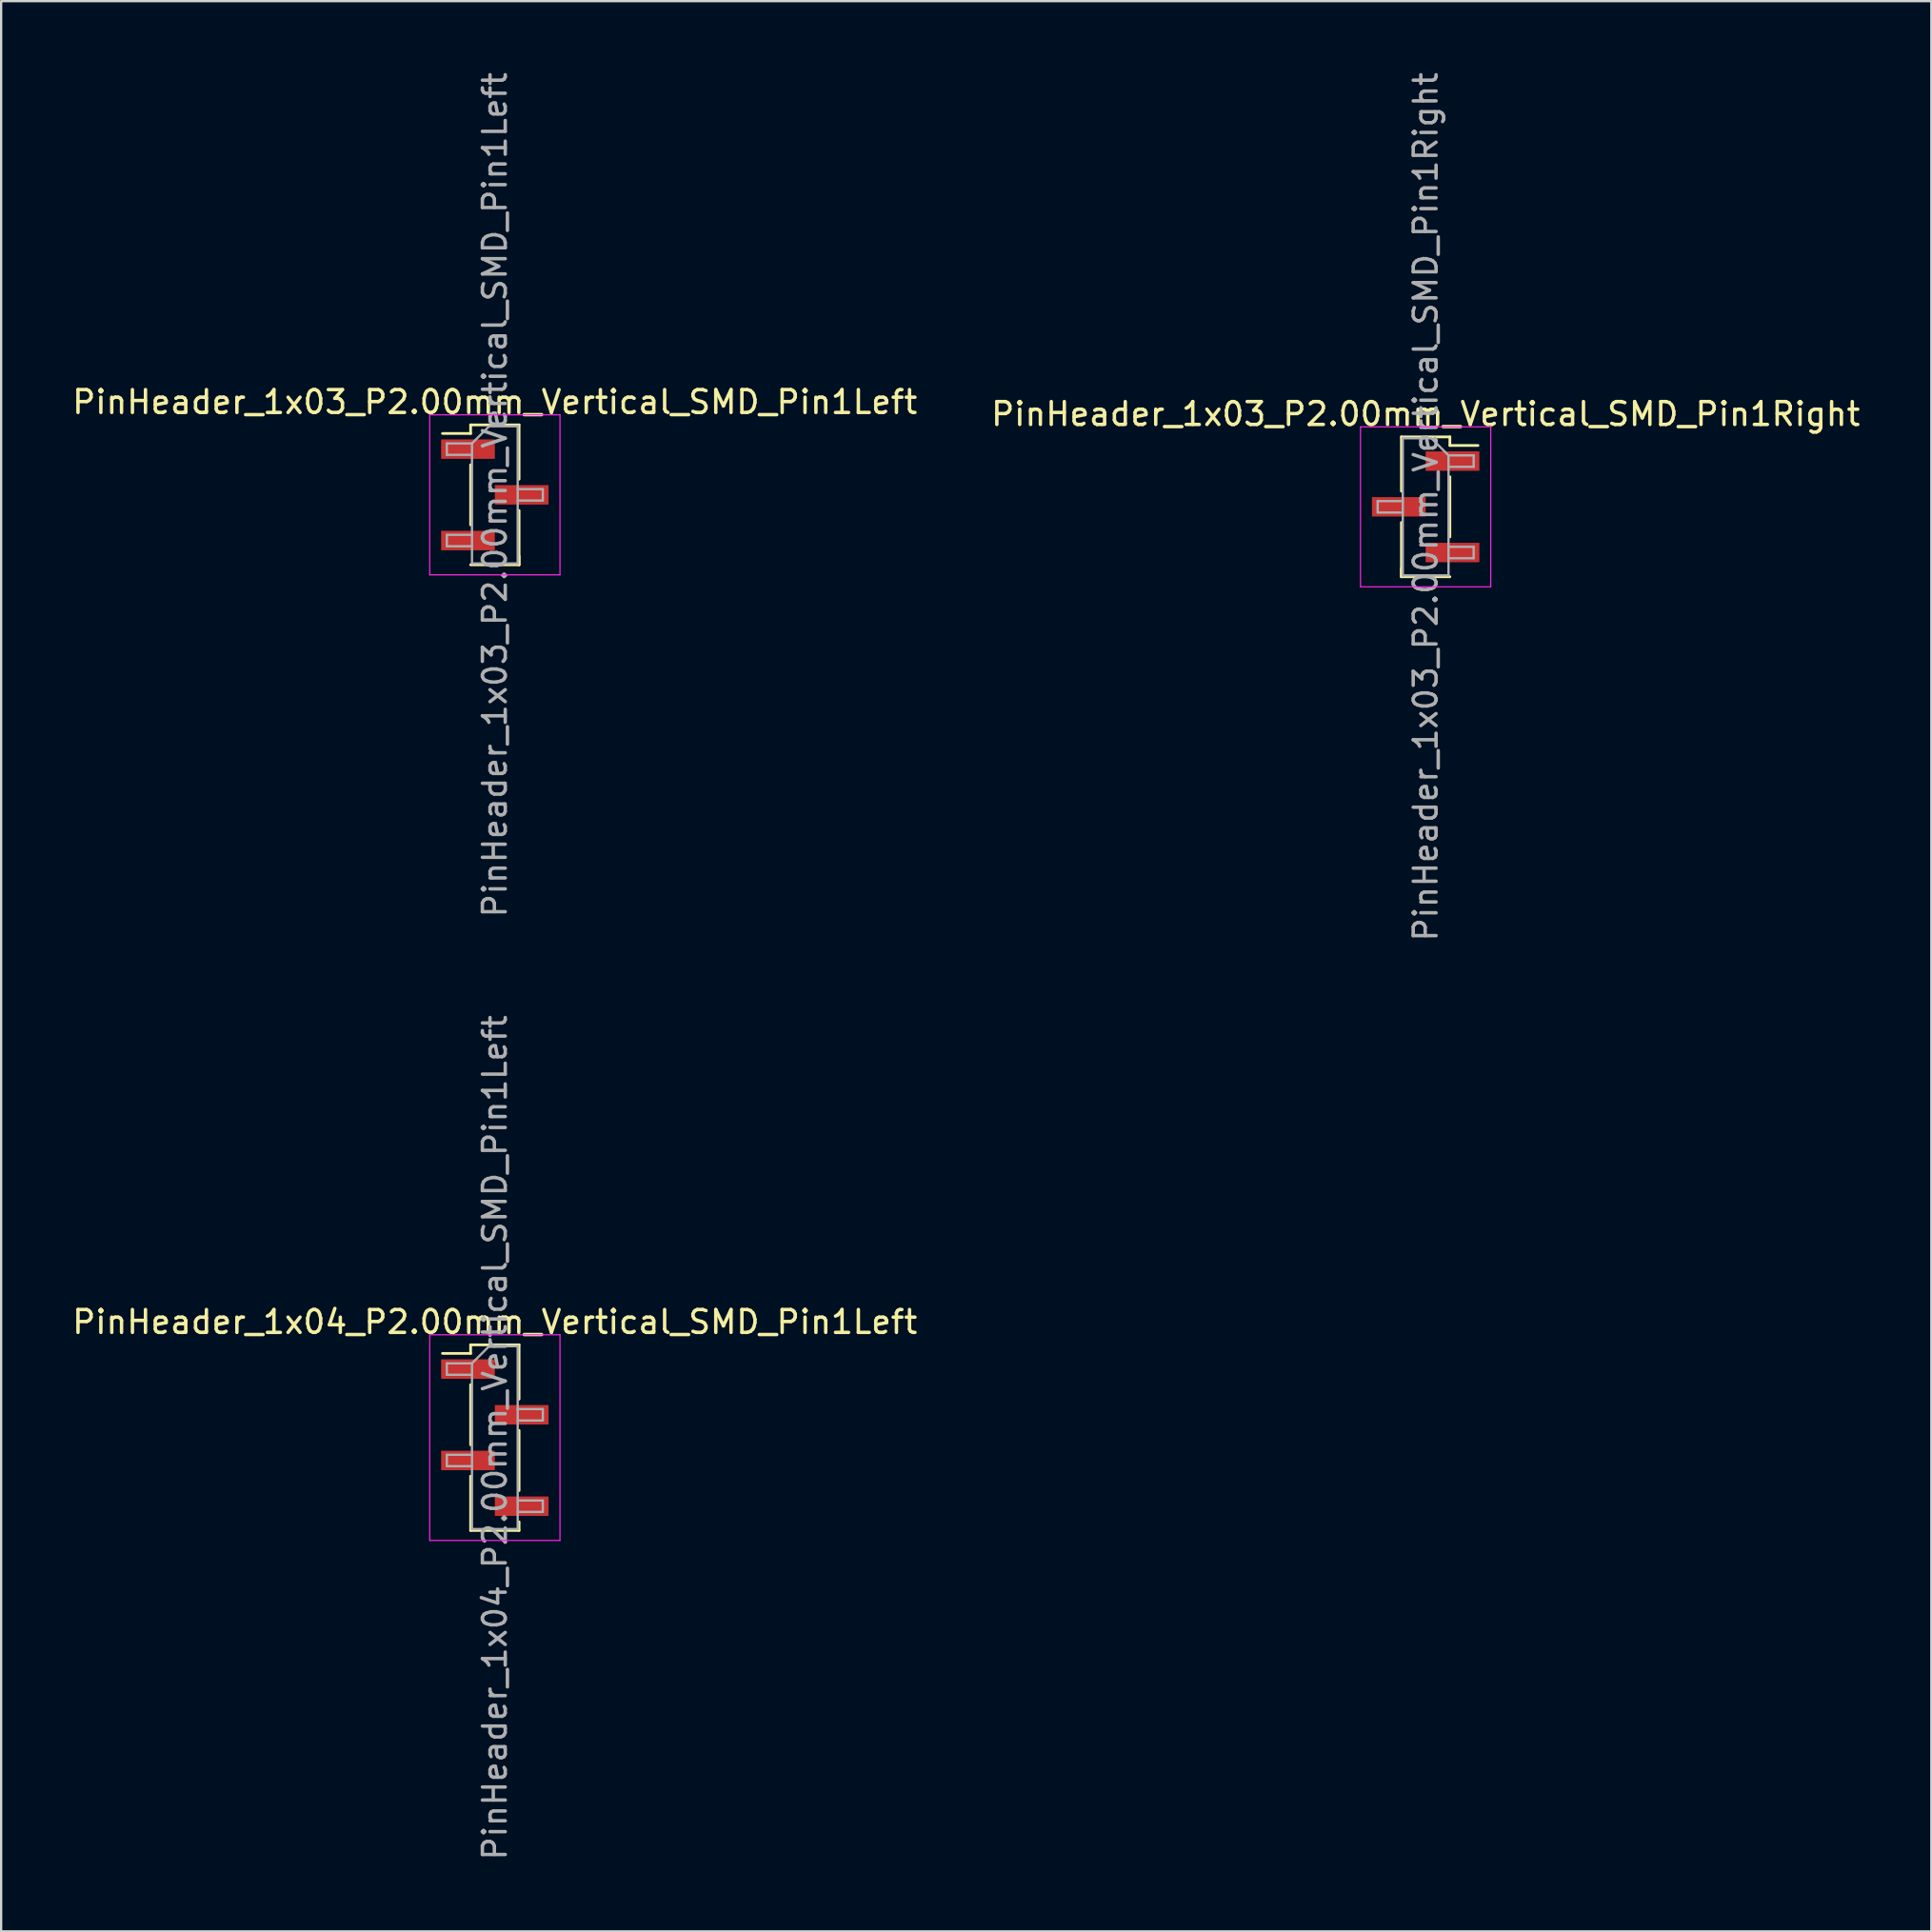
<source format=kicad_pcb>
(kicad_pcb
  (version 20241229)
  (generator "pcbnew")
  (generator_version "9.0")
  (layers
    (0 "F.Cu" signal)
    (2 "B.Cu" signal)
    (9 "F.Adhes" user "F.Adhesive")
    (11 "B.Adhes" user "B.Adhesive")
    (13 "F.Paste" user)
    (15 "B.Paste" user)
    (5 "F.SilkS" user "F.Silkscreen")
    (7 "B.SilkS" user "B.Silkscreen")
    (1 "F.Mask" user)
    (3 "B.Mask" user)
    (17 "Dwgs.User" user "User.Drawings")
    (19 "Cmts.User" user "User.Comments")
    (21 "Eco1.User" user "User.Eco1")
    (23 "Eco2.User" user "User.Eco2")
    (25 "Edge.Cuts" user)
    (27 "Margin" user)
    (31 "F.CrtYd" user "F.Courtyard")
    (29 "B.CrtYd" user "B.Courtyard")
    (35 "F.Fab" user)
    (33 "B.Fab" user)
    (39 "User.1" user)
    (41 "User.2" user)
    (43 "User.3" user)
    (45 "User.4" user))
  (footprint "PinHeader_1x03_P2.00mm_Vertical_SMD_Pin1Left"
    (layer "F.Cu")
    (at 18.601 18.601)
    (property "Reference" "PinHeader_1x03_P2.00mm_Vertical_SMD_Pin1Left" (at 0 -4.06 0) (layer "F.SilkS") (effects (font (size 1 1) (thickness 0.15))))
    (attr smd)
    (fp_line (start -1.06 -3.06) (end -1.06 -2.685) (stroke (width 0.12) (type solid)) (layer "F.SilkS"))
    (fp_line (start -1.06 -3.06) (end 1.06 -3.06) (stroke (width 0.12) (type solid)) (layer "F.SilkS"))
    (fp_line (start -1.06 -2.685) (end -2.29 -2.685) (stroke (width 0.12) (type solid)) (layer "F.SilkS"))
    (fp_line (start -1.06 -1.315) (end -1.06 1.315) (stroke (width 0.12) (type solid)) (layer "F.SilkS"))
    (fp_line (start -1.06 3.06) (end 1.06 3.06) (stroke (width 0.12) (type solid)) (layer "F.SilkS"))
    (fp_line (start 1.06 -3.06) (end 1.06 -0.685) (stroke (width 0.12) (type solid)) (layer "F.SilkS"))
    (fp_line (start 1.06 0.685) (end 1.06 3.06) (stroke (width 0.12) (type solid)) (layer "F.SilkS"))
    (fp_line (start 1.06 2.685) (end 1.06 3.06) (stroke (width 0.12) (type solid)) (layer "F.SilkS"))
    (fp_line (start -2.85 -3.5) (end -2.85 3.5) (stroke (width 0.05) (type solid)) (layer "F.CrtYd"))
    (fp_line (start -2.85 3.5) (end 2.85 3.5) (stroke (width 0.05) (type solid)) (layer "F.CrtYd"))
    (fp_line (start 2.85 -3.5) (end -2.85 -3.5) (stroke (width 0.05) (type solid)) (layer "F.CrtYd"))
    (fp_line (start 2.85 3.5) (end 2.85 -3.5) (stroke (width 0.05) (type solid)) (layer "F.CrtYd"))
    (fp_line (start -2.1 -2.25) (end -2.1 -1.75) (stroke (width 0.1) (type solid)) (layer "F.Fab"))
    (fp_line (start -2.1 -1.75) (end -1 -1.75) (stroke (width 0.1) (type solid)) (layer "F.Fab"))
    (fp_line (start -2.1 1.75) (end -2.1 2.25) (stroke (width 0.1) (type solid)) (layer "F.Fab"))
    (fp_line (start -2.1 2.25) (end -1 2.25) (stroke (width 0.1) (type solid)) (layer "F.Fab"))
    (fp_line (start -1 -2.25) (end -2.1 -2.25) (stroke (width 0.1) (type solid)) (layer "F.Fab"))
    (fp_line (start -1 -2.25) (end -0.25 -3) (stroke (width 0.1) (type solid)) (layer "F.Fab"))
    (fp_line (start -1 1.75) (end -2.1 1.75) (stroke (width 0.1) (type solid)) (layer "F.Fab"))
    (fp_line (start -1 3) (end -1 -2.25) (stroke (width 0.1) (type solid)) (layer "F.Fab"))
    (fp_line (start -0.25 -3) (end 1 -3) (stroke (width 0.1) (type solid)) (layer "F.Fab"))
    (fp_line (start 1 -3) (end 1 3) (stroke (width 0.1) (type solid)) (layer "F.Fab"))
    (fp_line (start 1 -0.25) (end 2.1 -0.25) (stroke (width 0.1) (type solid)) (layer "F.Fab"))
    (fp_line (start 1 3) (end -1 3) (stroke (width 0.1) (type solid)) (layer "F.Fab"))
    (fp_line (start 2.1 -0.25) (end 2.1 0.25) (stroke (width 0.1) (type solid)) (layer "F.Fab"))
    (fp_line (start 2.1 0.25) (end 1 0.25) (stroke (width 0.1) (type solid)) (layer "F.Fab"))
    (fp_text user "${REFERENCE}" (at 0 0 90) (layer "F.Fab") (effects (font (size 1 1) (thickness 0.15))))
    (pad "1" smd rect (at -1.175 -2) (size 2.35 0.85) (layers "F.Cu" "F.Mask" "F.Paste"))
    (pad "2" smd rect (at 1.175 0) (size 2.35 0.85) (layers "F.Cu" "F.Mask" "F.Paste"))
    (pad "3" smd rect (at -1.175 2) (size 2.35 0.85) (layers "F.Cu" "F.Mask" "F.Paste")))
  (footprint "PinHeader_1x04_P2.00mm_Vertical_SMD_Pin1Left"
    (layer "F.Cu")
    (at 18.601 59.851)
    (property "Reference" "PinHeader_1x04_P2.00mm_Vertical_SMD_Pin1Left" (at 0 -5.06 0) (layer "F.SilkS") (effects (font (size 1 1) (thickness 0.15))))
    (attr smd)
    (fp_line (start -1.06 -4.06) (end -1.06 -3.685) (stroke (width 0.12) (type solid)) (layer "F.SilkS"))
    (fp_line (start -1.06 -4.06) (end 1.06 -4.06) (stroke (width 0.12) (type solid)) (layer "F.SilkS"))
    (fp_line (start -1.06 -3.685) (end -2.29 -3.685) (stroke (width 0.12) (type solid)) (layer "F.SilkS"))
    (fp_line (start -1.06 -2.315) (end -1.06 0.315) (stroke (width 0.12) (type solid)) (layer "F.SilkS"))
    (fp_line (start -1.06 1.685) (end -1.06 4.06) (stroke (width 0.12) (type solid)) (layer "F.SilkS"))
    (fp_line (start -1.06 4.06) (end 1.06 4.06) (stroke (width 0.12) (type solid)) (layer "F.SilkS"))
    (fp_line (start 1.06 -4.06) (end 1.06 -1.685) (stroke (width 0.12) (type solid)) (layer "F.SilkS"))
    (fp_line (start 1.06 -0.315) (end 1.06 2.315) (stroke (width 0.12) (type solid)) (layer "F.SilkS"))
    (fp_line (start 1.06 3.685) (end 1.06 4.06) (stroke (width 0.12) (type solid)) (layer "F.SilkS"))
    (fp_line (start -2.85 -4.5) (end -2.85 4.5) (stroke (width 0.05) (type solid)) (layer "F.CrtYd"))
    (fp_line (start -2.85 4.5) (end 2.85 4.5) (stroke (width 0.05) (type solid)) (layer "F.CrtYd"))
    (fp_line (start 2.85 -4.5) (end -2.85 -4.5) (stroke (width 0.05) (type solid)) (layer "F.CrtYd"))
    (fp_line (start 2.85 4.5) (end 2.85 -4.5) (stroke (width 0.05) (type solid)) (layer "F.CrtYd"))
    (fp_line (start -2.1 -3.25) (end -2.1 -2.75) (stroke (width 0.1) (type solid)) (layer "F.Fab"))
    (fp_line (start -2.1 -2.75) (end -1 -2.75) (stroke (width 0.1) (type solid)) (layer "F.Fab"))
    (fp_line (start -2.1 0.75) (end -2.1 1.25) (stroke (width 0.1) (type solid)) (layer "F.Fab"))
    (fp_line (start -2.1 1.25) (end -1 1.25) (stroke (width 0.1) (type solid)) (layer "F.Fab"))
    (fp_line (start -1 -3.25) (end -2.1 -3.25) (stroke (width 0.1) (type solid)) (layer "F.Fab"))
    (fp_line (start -1 -3.25) (end -0.25 -4) (stroke (width 0.1) (type solid)) (layer "F.Fab"))
    (fp_line (start -1 0.75) (end -2.1 0.75) (stroke (width 0.1) (type solid)) (layer "F.Fab"))
    (fp_line (start -1 4) (end -1 -3.25) (stroke (width 0.1) (type solid)) (layer "F.Fab"))
    (fp_line (start -0.25 -4) (end 1 -4) (stroke (width 0.1) (type solid)) (layer "F.Fab"))
    (fp_line (start 1 -4) (end 1 4) (stroke (width 0.1) (type solid)) (layer "F.Fab"))
    (fp_line (start 1 -1.25) (end 2.1 -1.25) (stroke (width 0.1) (type solid)) (layer "F.Fab"))
    (fp_line (start 1 2.75) (end 2.1 2.75) (stroke (width 0.1) (type solid)) (layer "F.Fab"))
    (fp_line (start 1 4) (end -1 4) (stroke (width 0.1) (type solid)) (layer "F.Fab"))
    (fp_line (start 2.1 -1.25) (end 2.1 -0.75) (stroke (width 0.1) (type solid)) (layer "F.Fab"))
    (fp_line (start 2.1 -0.75) (end 1 -0.75) (stroke (width 0.1) (type solid)) (layer "F.Fab"))
    (fp_line (start 2.1 2.75) (end 2.1 3.25) (stroke (width 0.1) (type solid)) (layer "F.Fab"))
    (fp_line (start 2.1 3.25) (end 1 3.25) (stroke (width 0.1) (type solid)) (layer "F.Fab"))
    (fp_text user "${REFERENCE}" (at 0 0 90) (layer "F.Fab") (effects (font (size 1 1) (thickness 0.15))))
    (pad "1" smd rect (at -1.175 -3) (size 2.35 0.85) (layers "F.Cu" "F.Mask" "F.Paste"))
    (pad "2" smd rect (at 1.175 -1) (size 2.35 0.85) (layers "F.Cu" "F.Mask" "F.Paste"))
    (pad "3" smd rect (at -1.175 1) (size 2.35 0.85) (layers "F.Cu" "F.Mask" "F.Paste"))
    (pad "4" smd rect (at 1.175 3) (size 2.35 0.85) (layers "F.Cu" "F.Mask" "F.Paste")))
  (footprint "PinHeader_1x03_P2.00mm_Vertical_SMD_Pin1Right"
    (layer "F.Cu")
    (at 59.327 19.125)
    (property "Reference" "PinHeader_1x03_P2.00mm_Vertical_SMD_Pin1Right" (at 0 -4.06 0) (layer "F.SilkS") (effects (font (size 1 1) (thickness 0.15))))
    (attr smd)
    (fp_line (start -1.06 -3.06) (end -1.06 -0.685) (stroke (width 0.12) (type solid)) (layer "F.SilkS"))
    (fp_line (start -1.06 -3.06) (end 1.06 -3.06) (stroke (width 0.12) (type solid)) (layer "F.SilkS"))
    (fp_line (start -1.06 0.685) (end -1.06 3.06) (stroke (width 0.12) (type solid)) (layer "F.SilkS"))
    (fp_line (start -1.06 2.685) (end -1.06 3.06) (stroke (width 0.12) (type solid)) (layer "F.SilkS"))
    (fp_line (start -1.06 3.06) (end 1.06 3.06) (stroke (width 0.12) (type solid)) (layer "F.SilkS"))
    (fp_line (start 1.06 -3.06) (end 1.06 -2.685) (stroke (width 0.12) (type solid)) (layer "F.SilkS"))
    (fp_line (start 1.06 -2.685) (end 2.29 -2.685) (stroke (width 0.12) (type solid)) (layer "F.SilkS"))
    (fp_line (start 1.06 -1.315) (end 1.06 1.315) (stroke (width 0.12) (type solid)) (layer "F.SilkS"))
    (fp_line (start -2.85 -3.5) (end -2.85 3.5) (stroke (width 0.05) (type solid)) (layer "F.CrtYd"))
    (fp_line (start -2.85 3.5) (end 2.85 3.5) (stroke (width 0.05) (type solid)) (layer "F.CrtYd"))
    (fp_line (start 2.85 -3.5) (end -2.85 -3.5) (stroke (width 0.05) (type solid)) (layer "F.CrtYd"))
    (fp_line (start 2.85 3.5) (end 2.85 -3.5) (stroke (width 0.05) (type solid)) (layer "F.CrtYd"))
    (fp_line (start -2.1 -0.25) (end -2.1 0.25) (stroke (width 0.1) (type solid)) (layer "F.Fab"))
    (fp_line (start -2.1 0.25) (end -1 0.25) (stroke (width 0.1) (type solid)) (layer "F.Fab"))
    (fp_line (start -1 -3) (end -1 3) (stroke (width 0.1) (type solid)) (layer "F.Fab"))
    (fp_line (start -1 -3) (end 0.25 -3) (stroke (width 0.1) (type solid)) (layer "F.Fab"))
    (fp_line (start -1 -0.25) (end -2.1 -0.25) (stroke (width 0.1) (type solid)) (layer "F.Fab"))
    (fp_line (start 1 -2.25) (end 0.25 -3) (stroke (width 0.1) (type solid)) (layer "F.Fab"))
    (fp_line (start 1 -2.25) (end 2.1 -2.25) (stroke (width 0.1) (type solid)) (layer "F.Fab"))
    (fp_line (start 1 1.75) (end 2.1 1.75) (stroke (width 0.1) (type solid)) (layer "F.Fab"))
    (fp_line (start 1 3) (end -1 3) (stroke (width 0.1) (type solid)) (layer "F.Fab"))
    (fp_line (start 1 3) (end 1 -2.25) (stroke (width 0.1) (type solid)) (layer "F.Fab"))
    (fp_line (start 2.1 -2.25) (end 2.1 -1.75) (stroke (width 0.1) (type solid)) (layer "F.Fab"))
    (fp_line (start 2.1 -1.75) (end 1 -1.75) (stroke (width 0.1) (type solid)) (layer "F.Fab"))
    (fp_line (start 2.1 1.75) (end 2.1 2.25) (stroke (width 0.1) (type solid)) (layer "F.Fab"))
    (fp_line (start 2.1 2.25) (end 1 2.25) (stroke (width 0.1) (type solid)) (layer "F.Fab"))
    (fp_text user "${REFERENCE}" (at 0 0 90) (layer "F.Fab") (effects (font (size 1 1) (thickness 0.15))))
    (pad "1" smd rect (at 1.175 -2) (size 2.35 0.85) (layers "F.Cu" "F.Mask" "F.Paste"))
    (pad "2" smd rect (at -1.175 0) (size 2.35 0.85) (layers "F.Cu" "F.Mask" "F.Paste"))
    (pad "3" smd rect (at 1.175 2) (size 2.35 0.85) (layers "F.Cu" "F.Mask" "F.Paste")))
  (gr_rect
    (start -3 -3)
    (end 81.452 81.452)
    (stroke (width 0.1) (type default))
    (fill no)
    (layer "Edge.Cuts")))
</source>
